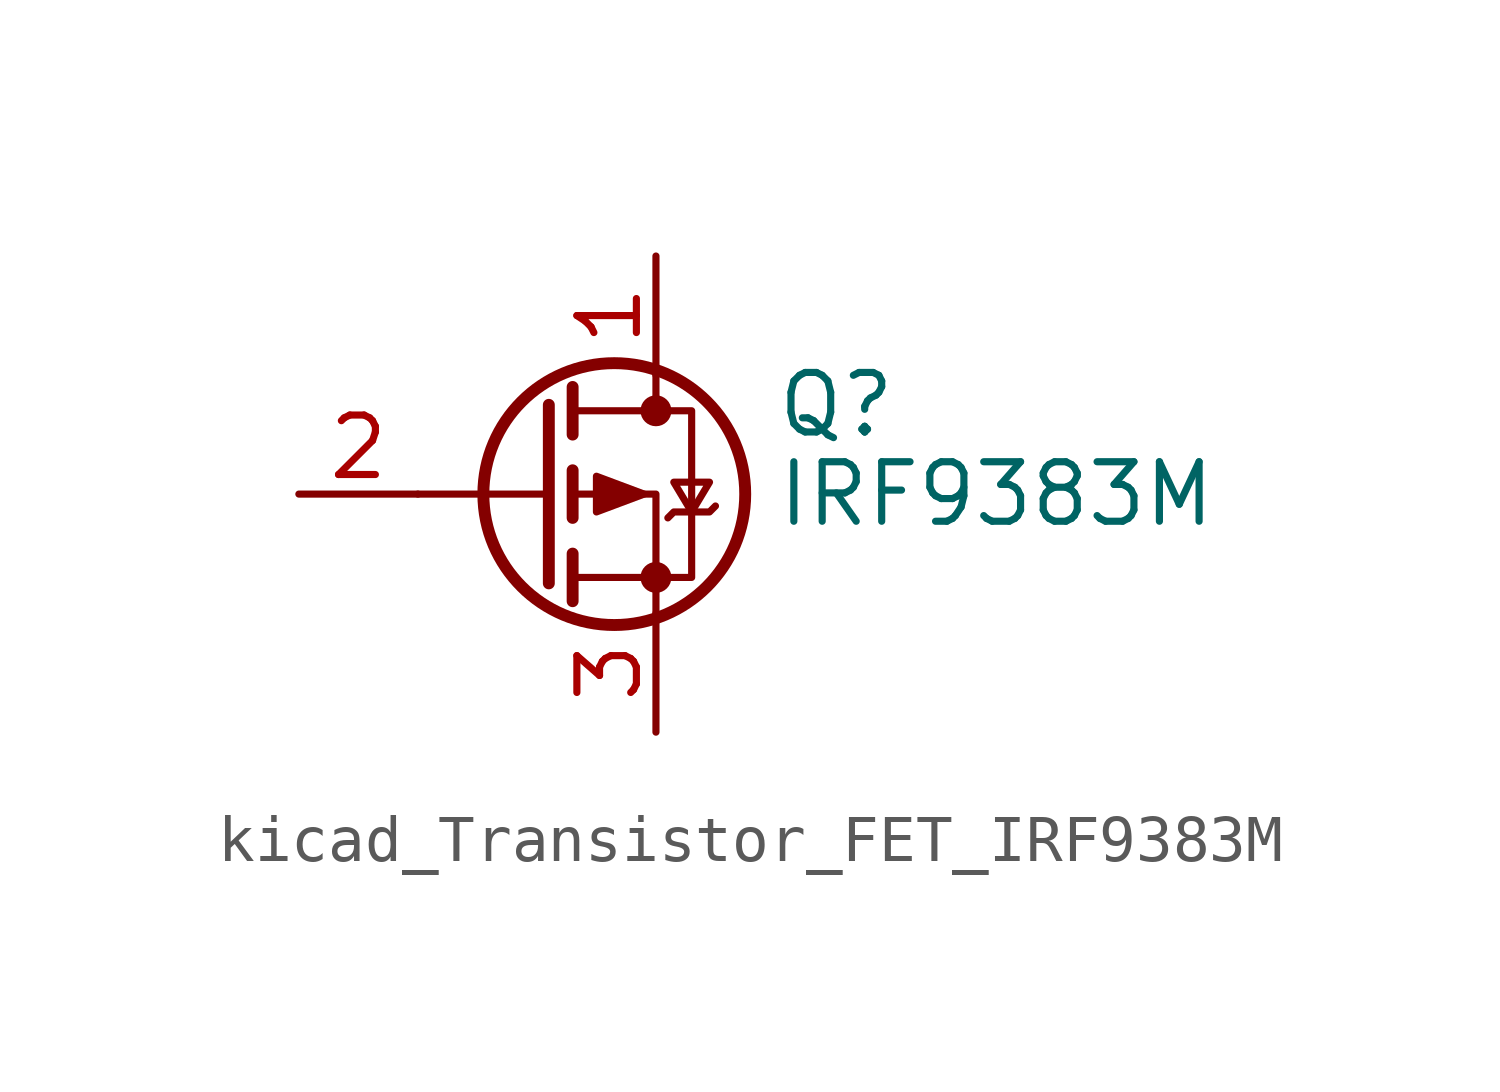
<source format=kicad_sym>
(kicad_symbol_lib
  (version 20220914)
  (generator kicad_symbol_editor)
  (symbol "kicad_Transistor_FET_IRF9383M"
    (pin_names hide)
    (property "Reference" "Q"
      (at 5.08 1.905 0)
      (effects (font (size 1.27 1.27)) (justify left)))
    (property "Value" "IRF9383M"
      (at 5.08 0 0)
      (effects (font (size 1.27 1.27)) (justify left)))
    (symbol "kicad_Transistor_FET_IRF9383M_0_1"
      (polyline (pts (xy 0.254 0) (xy -2.54 0)) (stroke (width 0) (type default)) (fill (type none)))
      (polyline (pts (xy 0.254 1.905) (xy 0.254 -1.905)) (stroke (width 0.254) (type default)) (fill (type none)))
      (polyline (pts (xy 0.762 -1.27) (xy 0.762 -2.286)) (stroke (width 0.254) (type default)) (fill (type none)))
      (polyline (pts (xy 0.762 0.508) (xy 0.762 -0.508)) (stroke (width 0.254) (type default)) (fill (type none)))
      (polyline (pts (xy 0.762 2.286) (xy 0.762 1.27)) (stroke (width 0.254) (type default)) (fill (type none)))
      (polyline (pts (xy 2.54 2.54) (xy 2.54 1.778)) (stroke (width 0) (type default)) (fill (type none)))
      (polyline (pts (xy 2.54 -2.54) (xy 2.54 0) (xy 0.762 0)) (stroke (width 0) (type default)) (fill (type none)))
      (polyline (pts (xy 0.762 1.778) (xy 3.302 1.778) (xy 3.302 -1.778) (xy 0.762 -1.778)) (stroke (width 0) (type default)) (fill (type none)))
      (polyline (pts (xy 2.286 0) (xy 1.27 0.381) (xy 1.27 -0.381) (xy 2.286 0)) (stroke (width 0) (type default)) (fill (type outline)))
      (polyline (pts (xy 2.794 -0.508) (xy 2.921 -0.381) (xy 3.683 -0.381) (xy 3.81 -0.254)) (stroke (width 0) (type default)) (fill (type none)))
      (polyline (pts (xy 3.302 -0.381) (xy 2.921 0.254) (xy 3.683 0.254) (xy 3.302 -0.381)) (stroke (width 0) (type default)) (fill (type none)))
      (circle (center 1.651 0) (radius 2.794) (stroke (width 0.254) (type default)) (fill (type none)))
      (circle (center 2.54 -1.778) (radius 0.254) (stroke (width 0) (type default)) (fill (type outline)))
      (circle (center 2.54 1.778) (radius 0.254) (stroke (width 0) (type default)) (fill (type outline))))
    (symbol "kicad_Transistor_FET_IRF9383M_1_1"
      (pin passive line (at 2.54 5.08 270) (length 2.54) (name "D" (effects (font (size 1.27 1.27)))) (number "1" (effects (font (size 1.27 1.27)))))
      (pin input line (at -5.08 0 0) (length 2.54) (name "G" (effects (font (size 1.27 1.27)))) (number "2" (effects (font (size 1.27 1.27)))))
      (pin passive line (at 2.54 -5.08 90) (length 2.54) (name "S" (effects (font (size 1.27 1.27)))) (number "3" (effects (font (size 1.27 1.27))))))))
</source>
